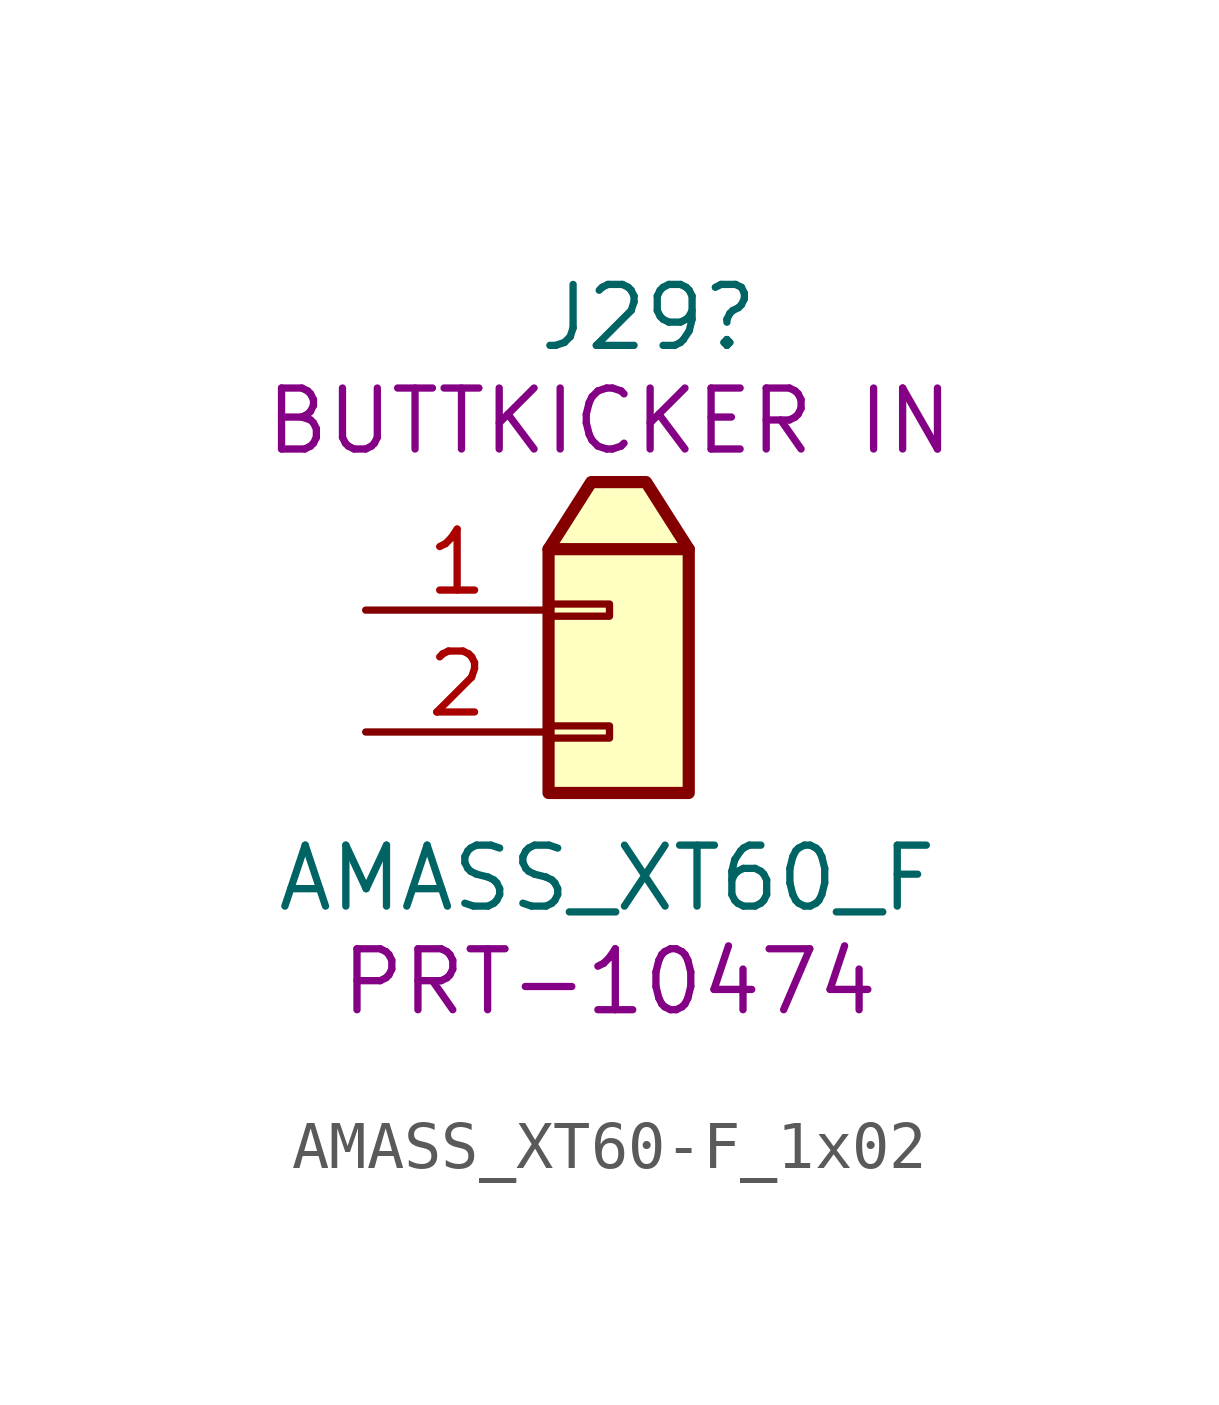
<source format=kicad_sym>
(kicad_symbol_lib
  (version 20220914)
  (generator kicad_symbol_editor)
  (symbol "AMASS_XT60-F_1x02"
    (pin_names
      (offset 1.016) hide)
    (property "Reference" "J29"
      (at -1.524 6.096 0)
      (effects (font (size 1.27 1.27)) (justify left)))
    (property "Value" "AMASS_XT60_F"
      (at -6.985 -5.588 0)
      (effects (font (size 1.27 1.27)) (justify left)))
    (property "Manufacturer PN" "PRT-10474"
      (at 0 -7.747 0)
      (effects (font (size 1.27 1.27))))
    (property "Silkscreen" "BUTTKICKER IN"
      (at 0 3.937 0)
      (effects (font (size 1.27 1.27))))
    (symbol "AMASS_XT60-F_1x02_1_1"
      (rectangle (start -1.27 -2.413) (end 0 -2.667) (stroke (width 0.152) (type default)) (fill (type none)))
      (rectangle (start -1.27 0.127) (end 0 -0.127) (stroke (width 0.152) (type default)) (fill (type none)))
      (rectangle (start -1.27 1.27) (end 1.651 -3.81) (stroke (width 0.254) (type default)) (fill (type background)))
      (polyline (pts (xy 1.651 1.27) (xy 0.762 2.667) (xy -0.381 2.667) (xy -1.27 1.27)) (stroke (width 0.254) (type default)) (fill (type background)))
      (pin passive line (at -5.08 0 0) (length 3.81) (name "Pin_1" (effects (font (size 1.27 1.27)))) (number "1" (effects (font (size 1.27 1.27)))))
      (pin passive line (at -5.08 -2.54 0) (length 3.81) (name "Pin_2" (effects (font (size 1.27 1.27)))) (number "2" (effects (font (size 1.27 1.27))))))))
</source>
